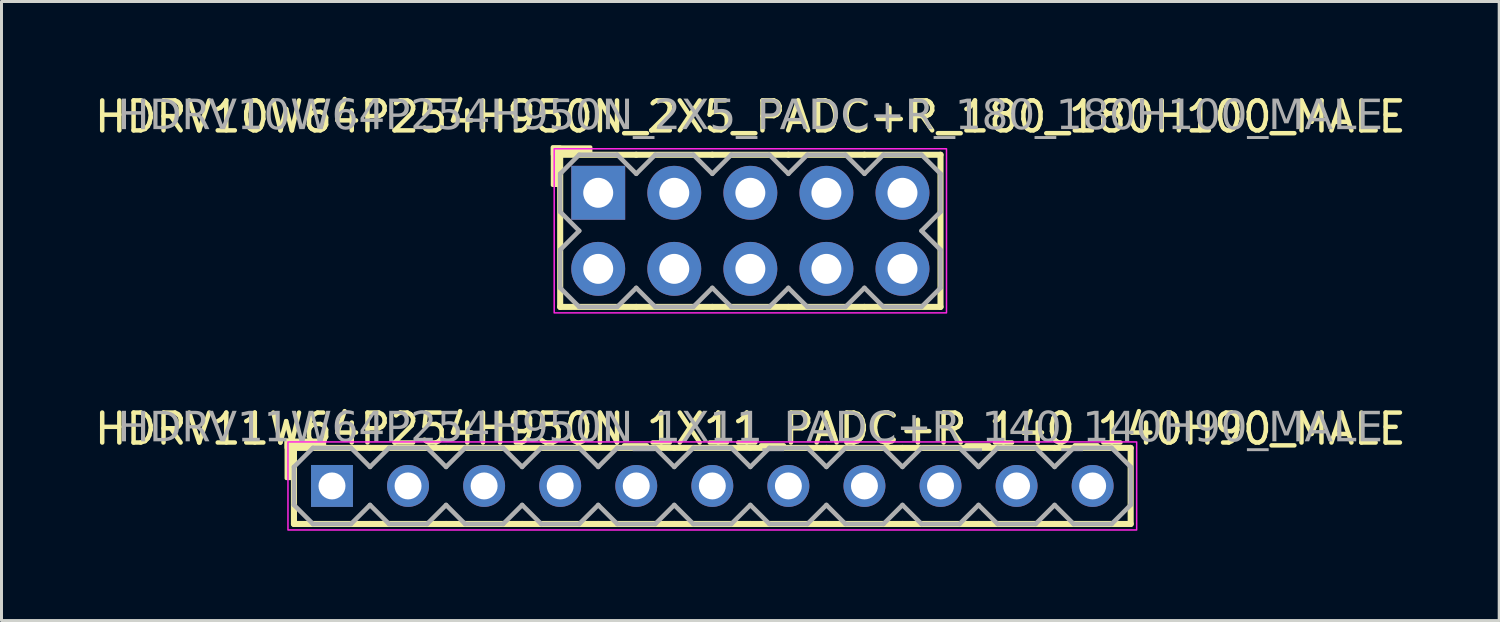
<source format=kicad_pcb>
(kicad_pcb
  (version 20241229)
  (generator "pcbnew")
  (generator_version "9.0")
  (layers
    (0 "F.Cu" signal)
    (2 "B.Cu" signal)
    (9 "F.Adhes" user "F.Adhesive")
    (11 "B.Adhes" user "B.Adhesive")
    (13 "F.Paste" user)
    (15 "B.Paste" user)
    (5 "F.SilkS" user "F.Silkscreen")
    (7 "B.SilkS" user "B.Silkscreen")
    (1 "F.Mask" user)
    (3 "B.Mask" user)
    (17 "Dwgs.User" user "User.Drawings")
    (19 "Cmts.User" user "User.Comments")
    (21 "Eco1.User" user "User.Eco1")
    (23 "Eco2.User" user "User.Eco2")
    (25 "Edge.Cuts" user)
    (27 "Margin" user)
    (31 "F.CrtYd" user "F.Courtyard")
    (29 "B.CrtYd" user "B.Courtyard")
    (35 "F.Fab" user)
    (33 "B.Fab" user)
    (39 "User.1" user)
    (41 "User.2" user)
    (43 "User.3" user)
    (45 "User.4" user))
  (footprint "HDRV10W64P254H950N_2X5_PADC+R_180_180H100_MALE"
    (layer "F.Cu")
    (at 22.006 4.658)
    (property "Reference" "HDRV10W64P254H950N_2X5_PADC+R_180_180H100_MALE" (at 0 -3.81 0) (layer "F.SilkS") (effects (font (size 1 1) (thickness 0.15))))
    (attr through_hole)
    (fp_line (start -6.35 2.54) (end -6.35 -2.54) (stroke (width 0.203) (type solid)) (layer "F.SilkS"))
    (fp_line (start -3.81 -2.54) (end -6.35 -2.54) (stroke (width 0.203) (type solid)) (layer "F.SilkS"))
    (fp_line (start -3.81 2.54) (end -6.35 2.54) (stroke (width 0.203) (type solid)) (layer "F.SilkS"))
    (fp_line (start -1.27 -2.54) (end -3.81 -2.54) (stroke (width 0.203) (type solid)) (layer "F.SilkS"))
    (fp_line (start -1.27 2.54) (end -3.81 2.54) (stroke (width 0.203) (type solid)) (layer "F.SilkS"))
    (fp_line (start 1.27 -2.54) (end -1.27 -2.54) (stroke (width 0.203) (type solid)) (layer "F.SilkS"))
    (fp_line (start 1.27 2.54) (end -1.27 2.54) (stroke (width 0.203) (type solid)) (layer "F.SilkS"))
    (fp_line (start 3.81 -2.54) (end 1.27 -2.54) (stroke (width 0.203) (type solid)) (layer "F.SilkS"))
    (fp_line (start 3.81 2.54) (end 1.27 2.54) (stroke (width 0.203) (type solid)) (layer "F.SilkS"))
    (fp_line (start 6.35 -2.54) (end 3.81 -2.54) (stroke (width 0.203) (type solid)) (layer "F.SilkS"))
    (fp_line (start 6.35 2.54) (end 3.81 2.54) (stroke (width 0.203) (type solid)) (layer "F.SilkS"))
    (fp_line (start 6.35 2.54) (end 6.35 -2.54) (stroke (width 0.203) (type solid)) (layer "F.SilkS"))
    (fp_rect (start -6.604 -1.524) (end -6.35 -2.794) (stroke (width 0.12) (type solid)) (fill yes) (layer "F.SilkS"))
    (fp_rect (start -5.334 -2.54) (end -6.604 -2.794) (stroke (width 0.12) (type solid)) (fill yes) (layer "F.SilkS"))
    (fp_rect (start -6.55 -2.74) (end 6.55 2.74) (stroke (width 0.05) (type default)) (fill no) (layer "F.CrtYd"))
    (fp_line (start -6.35 -1.905) (end -6.35 -0.635) (stroke (width 0.152) (type solid)) (layer "F.Fab"))
    (fp_line (start -6.35 -1.905) (end -5.715 -2.54) (stroke (width 0.152) (type solid)) (layer "F.Fab"))
    (fp_line (start -6.35 0.635) (end -6.35 1.905) (stroke (width 0.152) (type solid)) (layer "F.Fab"))
    (fp_line (start -5.715 -2.54) (end -4.445 -2.54) (stroke (width 0.152) (type solid)) (layer "F.Fab"))
    (fp_line (start -5.715 0) (end -6.35 -0.635) (stroke (width 0.152) (type solid)) (layer "F.Fab"))
    (fp_line (start -5.715 0) (end -6.35 0.635) (stroke (width 0.152) (type solid)) (layer "F.Fab"))
    (fp_line (start -5.715 2.54) (end -6.35 1.905) (stroke (width 0.152) (type solid)) (layer "F.Fab"))
    (fp_line (start -4.445 -2.54) (end -3.81 -1.905) (stroke (width 0.152) (type solid)) (layer "F.Fab"))
    (fp_line (start -4.445 2.54) (end -5.715 2.54) (stroke (width 0.152) (type solid)) (layer "F.Fab"))
    (fp_line (start -3.81 -1.905) (end -3.175 -2.54) (stroke (width 0.152) (type solid)) (layer "F.Fab"))
    (fp_line (start -3.81 1.905) (end -4.445 2.54) (stroke (width 0.152) (type solid)) (layer "F.Fab"))
    (fp_line (start -3.175 -2.54) (end -1.905 -2.54) (stroke (width 0.152) (type solid)) (layer "F.Fab"))
    (fp_line (start -3.175 2.54) (end -3.81 1.905) (stroke (width 0.152) (type solid)) (layer "F.Fab"))
    (fp_line (start -1.905 -2.54) (end -1.27 -1.905) (stroke (width 0.152) (type solid)) (layer "F.Fab"))
    (fp_line (start -1.905 2.54) (end -3.175 2.54) (stroke (width 0.152) (type solid)) (layer "F.Fab"))
    (fp_line (start -1.27 -1.905) (end -0.635 -2.54) (stroke (width 0.152) (type solid)) (layer "F.Fab"))
    (fp_line (start -1.27 1.905) (end -1.905 2.54) (stroke (width 0.152) (type solid)) (layer "F.Fab"))
    (fp_line (start -0.635 -2.54) (end 0.635 -2.54) (stroke (width 0.152) (type solid)) (layer "F.Fab"))
    (fp_line (start -0.635 2.54) (end -1.27 1.905) (stroke (width 0.152) (type solid)) (layer "F.Fab"))
    (fp_line (start 0.635 -2.54) (end 1.27 -1.905) (stroke (width 0.152) (type solid)) (layer "F.Fab"))
    (fp_line (start 0.635 2.54) (end -0.635 2.54) (stroke (width 0.152) (type solid)) (layer "F.Fab"))
    (fp_line (start 1.27 -1.905) (end 1.905 -2.54) (stroke (width 0.152) (type solid)) (layer "F.Fab"))
    (fp_line (start 1.27 1.905) (end 0.635 2.54) (stroke (width 0.152) (type solid)) (layer "F.Fab"))
    (fp_line (start 1.905 -2.54) (end 3.175 -2.54) (stroke (width 0.152) (type solid)) (layer "F.Fab"))
    (fp_line (start 1.905 2.54) (end 1.27 1.905) (stroke (width 0.152) (type solid)) (layer "F.Fab"))
    (fp_line (start 3.175 -2.54) (end 3.81 -1.905) (stroke (width 0.152) (type solid)) (layer "F.Fab"))
    (fp_line (start 3.175 2.54) (end 1.905 2.54) (stroke (width 0.152) (type solid)) (layer "F.Fab"))
    (fp_line (start 3.81 -1.905) (end 4.445 -2.54) (stroke (width 0.152) (type solid)) (layer "F.Fab"))
    (fp_line (start 3.81 1.905) (end 3.175 2.54) (stroke (width 0.152) (type solid)) (layer "F.Fab"))
    (fp_line (start 4.445 -2.54) (end 5.715 -2.54) (stroke (width 0.152) (type solid)) (layer "F.Fab"))
    (fp_line (start 4.445 2.54) (end 3.81 1.905) (stroke (width 0.152) (type solid)) (layer "F.Fab"))
    (fp_line (start 5.715 -2.54) (end 6.35 -1.905) (stroke (width 0.152) (type solid)) (layer "F.Fab"))
    (fp_line (start 5.715 0) (end 6.35 0.635) (stroke (width 0.152) (type solid)) (layer "F.Fab"))
    (fp_line (start 5.715 2.54) (end 4.445 2.54) (stroke (width 0.152) (type solid)) (layer "F.Fab"))
    (fp_line (start 6.35 -1.905) (end 6.35 -0.635) (stroke (width 0.152) (type solid)) (layer "F.Fab"))
    (fp_line (start 6.35 -0.635) (end 5.715 0) (stroke (width 0.152) (type solid)) (layer "F.Fab"))
    (fp_line (start 6.35 0.635) (end 6.35 1.905) (stroke (width 0.152) (type solid)) (layer "F.Fab"))
    (fp_line (start 6.35 1.905) (end 5.715 2.54) (stroke (width 0.152) (type solid)) (layer "F.Fab"))
    (fp_rect (start -4.826 -1.524) (end -5.334 -1.016) (stroke (width 0.152) (type solid)) (fill no) (layer "F.Fab"))
    (fp_rect (start -4.826 1.016) (end -5.334 1.524) (stroke (width 0.152) (type solid)) (fill no) (layer "F.Fab"))
    (fp_rect (start -2.286 -1.524) (end -2.794 -1.016) (stroke (width 0.152) (type solid)) (fill no) (layer "F.Fab"))
    (fp_rect (start -2.286 1.016) (end -2.794 1.524) (stroke (width 0.152) (type solid)) (fill no) (layer "F.Fab"))
    (fp_rect (start 0.254 -1.524) (end -0.254 -1.016) (stroke (width 0.152) (type solid)) (fill no) (layer "F.Fab"))
    (fp_rect (start 0.254 1.016) (end -0.254 1.524) (stroke (width 0.152) (type solid)) (fill no) (layer "F.Fab"))
    (fp_rect (start 2.794 -1.524) (end 2.286 -1.016) (stroke (width 0.152) (type solid)) (fill no) (layer "F.Fab"))
    (fp_rect (start 2.794 1.016) (end 2.286 1.524) (stroke (width 0.152) (type solid)) (fill no) (layer "F.Fab"))
    (fp_rect (start 5.334 -1.524) (end 4.826 -1.016) (stroke (width 0.152) (type solid)) (fill no) (layer "F.Fab"))
    (fp_rect (start 5.334 1.016) (end 4.826 1.524) (stroke (width 0.152) (type solid)) (fill no) (layer "F.Fab"))
    (fp_text user "${REFERENCE}" (at 0 -3.81 0) (layer "F.Fab") (effects (font (face "Tahoma") (size 1 1) (thickness 0.15))))
    (pad "1" thru_hole rect (at -5.08 -1.27) (size 1.8 1.8) (drill 1) (layers "*.Cu" "*.Mask"))
    (pad "2" thru_hole circle (at -5.08 1.27) (size 1.8 1.8) (drill 1) (layers "*.Cu" "*.Mask"))
    (pad "3" thru_hole circle (at -2.54 -1.27) (size 1.8 1.8) (drill 1) (layers "*.Cu" "*.Mask"))
    (pad "4" thru_hole circle (at -2.54 1.27) (size 1.8 1.8) (drill 1) (layers "*.Cu" "*.Mask"))
    (pad "5" thru_hole circle (at 0 -1.27) (size 1.8 1.8) (drill 1) (layers "*.Cu" "*.Mask"))
    (pad "6" thru_hole circle (at 0 1.27) (size 1.8 1.8) (drill 1) (layers "*.Cu" "*.Mask"))
    (pad "7" thru_hole circle (at 2.54 -1.27) (size 1.8 1.8) (drill 1) (layers "*.Cu" "*.Mask"))
    (pad "8" thru_hole circle (at 2.54 1.27) (size 1.8 1.8) (drill 1) (layers "*.Cu" "*.Mask"))
    (pad "9" thru_hole circle (at 5.08 -1.27) (size 1.8 1.8) (drill 1) (layers "*.Cu" "*.Mask"))
    (pad "10" thru_hole circle (at 5.08 1.27) (size 1.8 1.8) (drill 1) (layers "*.Cu" "*.Mask")))
  (footprint "HDRV11W64P254H950N_1X11_PADC+R_140_140H90_MALE"
    (layer "F.Cu")
    (at 20.736 13.177)
    (property "Reference" "HDRV11W64P254H950N_1X11_PADC+R_140_140H90_MALE" (at 1.27 -1.905 0) (layer "F.SilkS") (effects (font (size 1 1) (thickness 0.15))))
    (attr through_hole)
    (fp_line (start -13.97 1.27) (end -13.97 -1.27) (stroke (width 0.203) (type solid)) (layer "F.SilkS"))
    (fp_line (start -11.43 -1.27) (end -13.97 -1.27) (stroke (width 0.203) (type solid)) (layer "F.SilkS"))
    (fp_line (start -11.43 1.27) (end -13.97 1.27) (stroke (width 0.203) (type solid)) (layer "F.SilkS"))
    (fp_line (start -8.89 -1.27) (end -11.43 -1.27) (stroke (width 0.203) (type solid)) (layer "F.SilkS"))
    (fp_line (start -8.89 1.27) (end -11.43 1.27) (stroke (width 0.203) (type solid)) (layer "F.SilkS"))
    (fp_line (start -6.35 -1.27) (end -8.89 -1.27) (stroke (width 0.203) (type solid)) (layer "F.SilkS"))
    (fp_line (start -6.35 1.27) (end -8.89 1.27) (stroke (width 0.203) (type solid)) (layer "F.SilkS"))
    (fp_line (start -3.81 -1.27) (end -6.35 -1.27) (stroke (width 0.203) (type solid)) (layer "F.SilkS"))
    (fp_line (start -3.81 1.27) (end -6.35 1.27) (stroke (width 0.203) (type solid)) (layer "F.SilkS"))
    (fp_line (start -1.27 -1.27) (end -3.81 -1.27) (stroke (width 0.203) (type solid)) (layer "F.SilkS"))
    (fp_line (start -1.27 1.27) (end -3.81 1.27) (stroke (width 0.203) (type solid)) (layer "F.SilkS"))
    (fp_line (start 1.27 -1.27) (end -1.27 -1.27) (stroke (width 0.203) (type solid)) (layer "F.SilkS"))
    (fp_line (start 1.27 1.27) (end -1.27 1.27) (stroke (width 0.203) (type solid)) (layer "F.SilkS"))
    (fp_line (start 3.81 -1.27) (end 1.27 -1.27) (stroke (width 0.203) (type solid)) (layer "F.SilkS"))
    (fp_line (start 3.81 1.27) (end 1.27 1.27) (stroke (width 0.203) (type solid)) (layer "F.SilkS"))
    (fp_line (start 6.35 -1.27) (end 3.81 -1.27) (stroke (width 0.203) (type solid)) (layer "F.SilkS"))
    (fp_line (start 6.35 1.27) (end 3.81 1.27) (stroke (width 0.203) (type solid)) (layer "F.SilkS"))
    (fp_line (start 8.89 -1.27) (end 6.35 -1.27) (stroke (width 0.203) (type solid)) (layer "F.SilkS"))
    (fp_line (start 8.89 1.27) (end 6.35 1.27) (stroke (width 0.203) (type solid)) (layer "F.SilkS"))
    (fp_line (start 11.43 -1.27) (end 8.89 -1.27) (stroke (width 0.203) (type solid)) (layer "F.SilkS"))
    (fp_line (start 11.43 1.27) (end 8.89 1.27) (stroke (width 0.203) (type solid)) (layer "F.SilkS"))
    (fp_line (start 13.97 -1.27) (end 11.43 -1.27) (stroke (width 0.203) (type solid)) (layer "F.SilkS"))
    (fp_line (start 13.97 1.27) (end 11.43 1.27) (stroke (width 0.203) (type solid)) (layer "F.SilkS"))
    (fp_line (start 13.97 1.27) (end 13.97 -1.27) (stroke (width 0.203) (type solid)) (layer "F.SilkS"))
    (fp_rect (start -14.224 -0.254) (end -13.97 -1.524) (stroke (width 0.12) (type solid)) (fill yes) (layer "F.SilkS"))
    (fp_rect (start -12.954 -1.27) (end -14.224 -1.524) (stroke (width 0.12) (type solid)) (fill yes) (layer "F.SilkS"))
    (fp_rect (start -14.17 -1.47) (end 14.17 1.47) (stroke (width 0.05) (type default)) (fill no) (layer "F.CrtYd"))
    (fp_line (start -13.97 -0.635) (end -13.97 0.635) (stroke (width 0.152) (type solid)) (layer "F.Fab"))
    (fp_line (start -13.97 -0.635) (end -13.335 -1.27) (stroke (width 0.152) (type solid)) (layer "F.Fab"))
    (fp_line (start -13.335 -1.27) (end -12.065 -1.27) (stroke (width 0.152) (type solid)) (layer "F.Fab"))
    (fp_line (start -13.335 1.27) (end -13.97 0.635) (stroke (width 0.152) (type solid)) (layer "F.Fab"))
    (fp_line (start -12.065 -1.27) (end -11.43 -0.635) (stroke (width 0.152) (type solid)) (layer "F.Fab"))
    (fp_line (start -12.065 1.27) (end -13.335 1.27) (stroke (width 0.152) (type solid)) (layer "F.Fab"))
    (fp_line (start -11.43 -0.635) (end -10.795 -1.27) (stroke (width 0.152) (type solid)) (layer "F.Fab"))
    (fp_line (start -11.43 0.635) (end -12.065 1.27) (stroke (width 0.152) (type solid)) (layer "F.Fab"))
    (fp_line (start -10.795 -1.27) (end -9.525 -1.27) (stroke (width 0.152) (type solid)) (layer "F.Fab"))
    (fp_line (start -10.795 1.27) (end -11.43 0.635) (stroke (width 0.152) (type solid)) (layer "F.Fab"))
    (fp_line (start -9.525 -1.27) (end -8.89 -0.635) (stroke (width 0.152) (type solid)) (layer "F.Fab"))
    (fp_line (start -9.525 1.27) (end -10.795 1.27) (stroke (width 0.152) (type solid)) (layer "F.Fab"))
    (fp_line (start -8.89 -0.635) (end -8.255 -1.27) (stroke (width 0.152) (type solid)) (layer "F.Fab"))
    (fp_line (start -8.89 0.635) (end -9.525 1.27) (stroke (width 0.152) (type solid)) (layer "F.Fab"))
    (fp_line (start -8.255 -1.27) (end -6.985 -1.27) (stroke (width 0.152) (type solid)) (layer "F.Fab"))
    (fp_line (start -8.255 1.27) (end -8.89 0.635) (stroke (width 0.152) (type solid)) (layer "F.Fab"))
    (fp_line (start -6.985 -1.27) (end -6.35 -0.635) (stroke (width 0.152) (type solid)) (layer "F.Fab"))
    (fp_line (start -6.985 1.27) (end -8.255 1.27) (stroke (width 0.152) (type solid)) (layer "F.Fab"))
    (fp_line (start -6.35 -0.635) (end -5.715 -1.27) (stroke (width 0.152) (type solid)) (layer "F.Fab"))
    (fp_line (start -6.35 0.635) (end -6.985 1.27) (stroke (width 0.152) (type solid)) (layer "F.Fab"))
    (fp_line (start -5.715 -1.27) (end -4.445 -1.27) (stroke (width 0.152) (type solid)) (layer "F.Fab"))
    (fp_line (start -5.715 1.27) (end -6.35 0.635) (stroke (width 0.152) (type solid)) (layer "F.Fab"))
    (fp_line (start -4.445 -1.27) (end -3.81 -0.635) (stroke (width 0.152) (type solid)) (layer "F.Fab"))
    (fp_line (start -4.445 1.27) (end -5.715 1.27) (stroke (width 0.152) (type solid)) (layer "F.Fab"))
    (fp_line (start -3.81 -0.635) (end -3.175 -1.27) (stroke (width 0.152) (type solid)) (layer "F.Fab"))
    (fp_line (start -3.81 0.635) (end -4.445 1.27) (stroke (width 0.152) (type solid)) (layer "F.Fab"))
    (fp_line (start -3.175 -1.27) (end -1.905 -1.27) (stroke (width 0.152) (type solid)) (layer "F.Fab"))
    (fp_line (start -3.175 1.27) (end -3.81 0.635) (stroke (width 0.152) (type solid)) (layer "F.Fab"))
    (fp_line (start -1.905 -1.27) (end -1.27 -0.635) (stroke (width 0.152) (type solid)) (layer "F.Fab"))
    (fp_line (start -1.905 1.27) (end -3.175 1.27) (stroke (width 0.152) (type solid)) (layer "F.Fab"))
    (fp_line (start -1.27 -0.635) (end -0.635 -1.27) (stroke (width 0.152) (type solid)) (layer "F.Fab"))
    (fp_line (start -1.27 0.635) (end -1.905 1.27) (stroke (width 0.152) (type solid)) (layer "F.Fab"))
    (fp_line (start -0.635 -1.27) (end 0.635 -1.27) (stroke (width 0.152) (type solid)) (layer "F.Fab"))
    (fp_line (start -0.635 1.27) (end -1.27 0.635) (stroke (width 0.152) (type solid)) (layer "F.Fab"))
    (fp_line (start 0.635 -1.27) (end 1.27 -0.635) (stroke (width 0.152) (type solid)) (layer "F.Fab"))
    (fp_line (start 0.635 1.27) (end -0.635 1.27) (stroke (width 0.152) (type solid)) (layer "F.Fab"))
    (fp_line (start 1.27 -0.635) (end 1.905 -1.27) (stroke (width 0.152) (type solid)) (layer "F.Fab"))
    (fp_line (start 1.27 0.635) (end 0.635 1.27) (stroke (width 0.152) (type solid)) (layer "F.Fab"))
    (fp_line (start 1.905 -1.27) (end 3.175 -1.27) (stroke (width 0.152) (type solid)) (layer "F.Fab"))
    (fp_line (start 1.905 1.27) (end 1.27 0.635) (stroke (width 0.152) (type solid)) (layer "F.Fab"))
    (fp_line (start 3.175 -1.27) (end 3.81 -0.635) (stroke (width 0.152) (type solid)) (layer "F.Fab"))
    (fp_line (start 3.175 1.27) (end 1.905 1.27) (stroke (width 0.152) (type solid)) (layer "F.Fab"))
    (fp_line (start 3.81 -0.635) (end 4.445 -1.27) (stroke (width 0.152) (type solid)) (layer "F.Fab"))
    (fp_line (start 3.81 0.635) (end 3.175 1.27) (stroke (width 0.152) (type solid)) (layer "F.Fab"))
    (fp_line (start 4.445 -1.27) (end 5.715 -1.27) (stroke (width 0.152) (type solid)) (layer "F.Fab"))
    (fp_line (start 4.445 1.27) (end 3.81 0.635) (stroke (width 0.152) (type solid)) (layer "F.Fab"))
    (fp_line (start 5.715 -1.27) (end 6.35 -0.635) (stroke (width 0.152) (type solid)) (layer "F.Fab"))
    (fp_line (start 5.715 1.27) (end 4.445 1.27) (stroke (width 0.152) (type solid)) (layer "F.Fab"))
    (fp_line (start 6.35 -0.635) (end 6.985 -1.27) (stroke (width 0.152) (type solid)) (layer "F.Fab"))
    (fp_line (start 6.35 0.635) (end 5.715 1.27) (stroke (width 0.152) (type solid)) (layer "F.Fab"))
    (fp_line (start 6.985 -1.27) (end 8.255 -1.27) (stroke (width 0.152) (type solid)) (layer "F.Fab"))
    (fp_line (start 6.985 1.27) (end 6.35 0.635) (stroke (width 0.152) (type solid)) (layer "F.Fab"))
    (fp_line (start 8.255 -1.27) (end 8.89 -0.635) (stroke (width 0.152) (type solid)) (layer "F.Fab"))
    (fp_line (start 8.255 1.27) (end 6.985 1.27) (stroke (width 0.152) (type solid)) (layer "F.Fab"))
    (fp_line (start 8.89 -0.635) (end 9.525 -1.27) (stroke (width 0.152) (type solid)) (layer "F.Fab"))
    (fp_line (start 8.89 0.635) (end 8.255 1.27) (stroke (width 0.152) (type solid)) (layer "F.Fab"))
    (fp_line (start 9.525 -1.27) (end 10.795 -1.27) (stroke (width 0.152) (type solid)) (layer "F.Fab"))
    (fp_line (start 9.525 1.27) (end 8.89 0.635) (stroke (width 0.152) (type solid)) (layer "F.Fab"))
    (fp_line (start 10.795 -1.27) (end 11.43 -0.635) (stroke (width 0.152) (type solid)) (layer "F.Fab"))
    (fp_line (start 10.795 1.27) (end 9.525 1.27) (stroke (width 0.152) (type solid)) (layer "F.Fab"))
    (fp_line (start 11.43 -0.635) (end 12.065 -1.27) (stroke (width 0.152) (type solid)) (layer "F.Fab"))
    (fp_line (start 11.43 0.635) (end 10.795 1.27) (stroke (width 0.152) (type solid)) (layer "F.Fab"))
    (fp_line (start 12.065 -1.27) (end 13.335 -1.27) (stroke (width 0.152) (type solid)) (layer "F.Fab"))
    (fp_line (start 12.065 1.27) (end 11.43 0.635) (stroke (width 0.152) (type solid)) (layer "F.Fab"))
    (fp_line (start 13.335 -1.27) (end 13.97 -0.635) (stroke (width 0.152) (type solid)) (layer "F.Fab"))
    (fp_line (start 13.335 1.27) (end 12.065 1.27) (stroke (width 0.152) (type solid)) (layer "F.Fab"))
    (fp_line (start 13.97 -0.635) (end 13.97 0.635) (stroke (width 0.152) (type solid)) (layer "F.Fab"))
    (fp_line (start 13.97 0.635) (end 13.335 1.27) (stroke (width 0.152) (type solid)) (layer "F.Fab"))
    (fp_rect (start -12.446 -0.254) (end -12.954 0.254) (stroke (width 0.152) (type solid)) (fill no) (layer "F.Fab"))
    (fp_rect (start -9.906 -0.254) (end -10.414 0.254) (stroke (width 0.152) (type solid)) (fill no) (layer "F.Fab"))
    (fp_rect (start -7.366 -0.254) (end -7.874 0.254) (stroke (width 0.152) (type solid)) (fill no) (layer "F.Fab"))
    (fp_rect (start -4.826 -0.254) (end -5.334 0.254) (stroke (width 0.152) (type solid)) (fill no) (layer "F.Fab"))
    (fp_rect (start -2.286 -0.254) (end -2.794 0.254) (stroke (width 0.152) (type solid)) (fill no) (layer "F.Fab"))
    (fp_rect (start 0.254 -0.254) (end -0.254 0.254) (stroke (width 0.152) (type solid)) (fill no) (layer "F.Fab"))
    (fp_rect (start 2.794 -0.254) (end 2.286 0.254) (stroke (width 0.152) (type solid)) (fill no) (layer "F.Fab"))
    (fp_rect (start 5.334 -0.254) (end 4.826 0.254) (stroke (width 0.152) (type solid)) (fill no) (layer "F.Fab"))
    (fp_rect (start 7.874 -0.254) (end 7.366 0.254) (stroke (width 0.152) (type solid)) (fill no) (layer "F.Fab"))
    (fp_rect (start 10.414 -0.254) (end 9.906 0.254) (stroke (width 0.152) (type solid)) (fill no) (layer "F.Fab"))
    (fp_rect (start 12.954 -0.254) (end 12.446 0.254) (stroke (width 0.152) (type solid)) (fill no) (layer "F.Fab"))
    (fp_text user "${REFERENCE}" (at 1.27 -1.905 0) (layer "F.Fab") (effects (font (face "Tahoma") (size 1 1) (thickness 0.15))))
    (pad "1" thru_hole rect (at -12.7 0) (size 1.4 1.4) (drill 0.9) (layers "*.Cu" "*.Mask"))
    (pad "2" thru_hole circle (at -10.16 0) (size 1.4 1.4) (drill 0.9) (layers "*.Cu" "*.Mask"))
    (pad "3" thru_hole circle (at -7.62 0) (size 1.4 1.4) (drill 0.9) (layers "*.Cu" "*.Mask"))
    (pad "4" thru_hole circle (at -5.08 0) (size 1.4 1.4) (drill 0.9) (layers "*.Cu" "*.Mask"))
    (pad "5" thru_hole circle (at -2.54 0) (size 1.4 1.4) (drill 0.9) (layers "*.Cu" "*.Mask"))
    (pad "6" thru_hole circle (at 0 0) (size 1.4 1.4) (drill 0.9) (layers "*.Cu" "*.Mask"))
    (pad "7" thru_hole circle (at 2.54 0) (size 1.4 1.4) (drill 0.9) (layers "*.Cu" "*.Mask"))
    (pad "8" thru_hole circle (at 5.08 0) (size 1.4 1.4) (drill 0.9) (layers "*.Cu" "*.Mask"))
    (pad "9" thru_hole circle (at 7.62 0) (size 1.4 1.4) (drill 0.9) (layers "*.Cu" "*.Mask"))
    (pad "10" thru_hole circle (at 10.16 0) (size 1.4 1.4) (drill 0.9) (layers "*.Cu" "*.Mask"))
    (pad "11" thru_hole circle (at 12.7 0) (size 1.4 1.4) (drill 0.9) (layers "*.Cu" "*.Mask")))
  (gr_rect
    (start -3 -3)
    (end 47.012 17.672)
    (stroke (width 0.1) (type default))
    (fill no)
    (layer "Edge.Cuts")))
</source>
